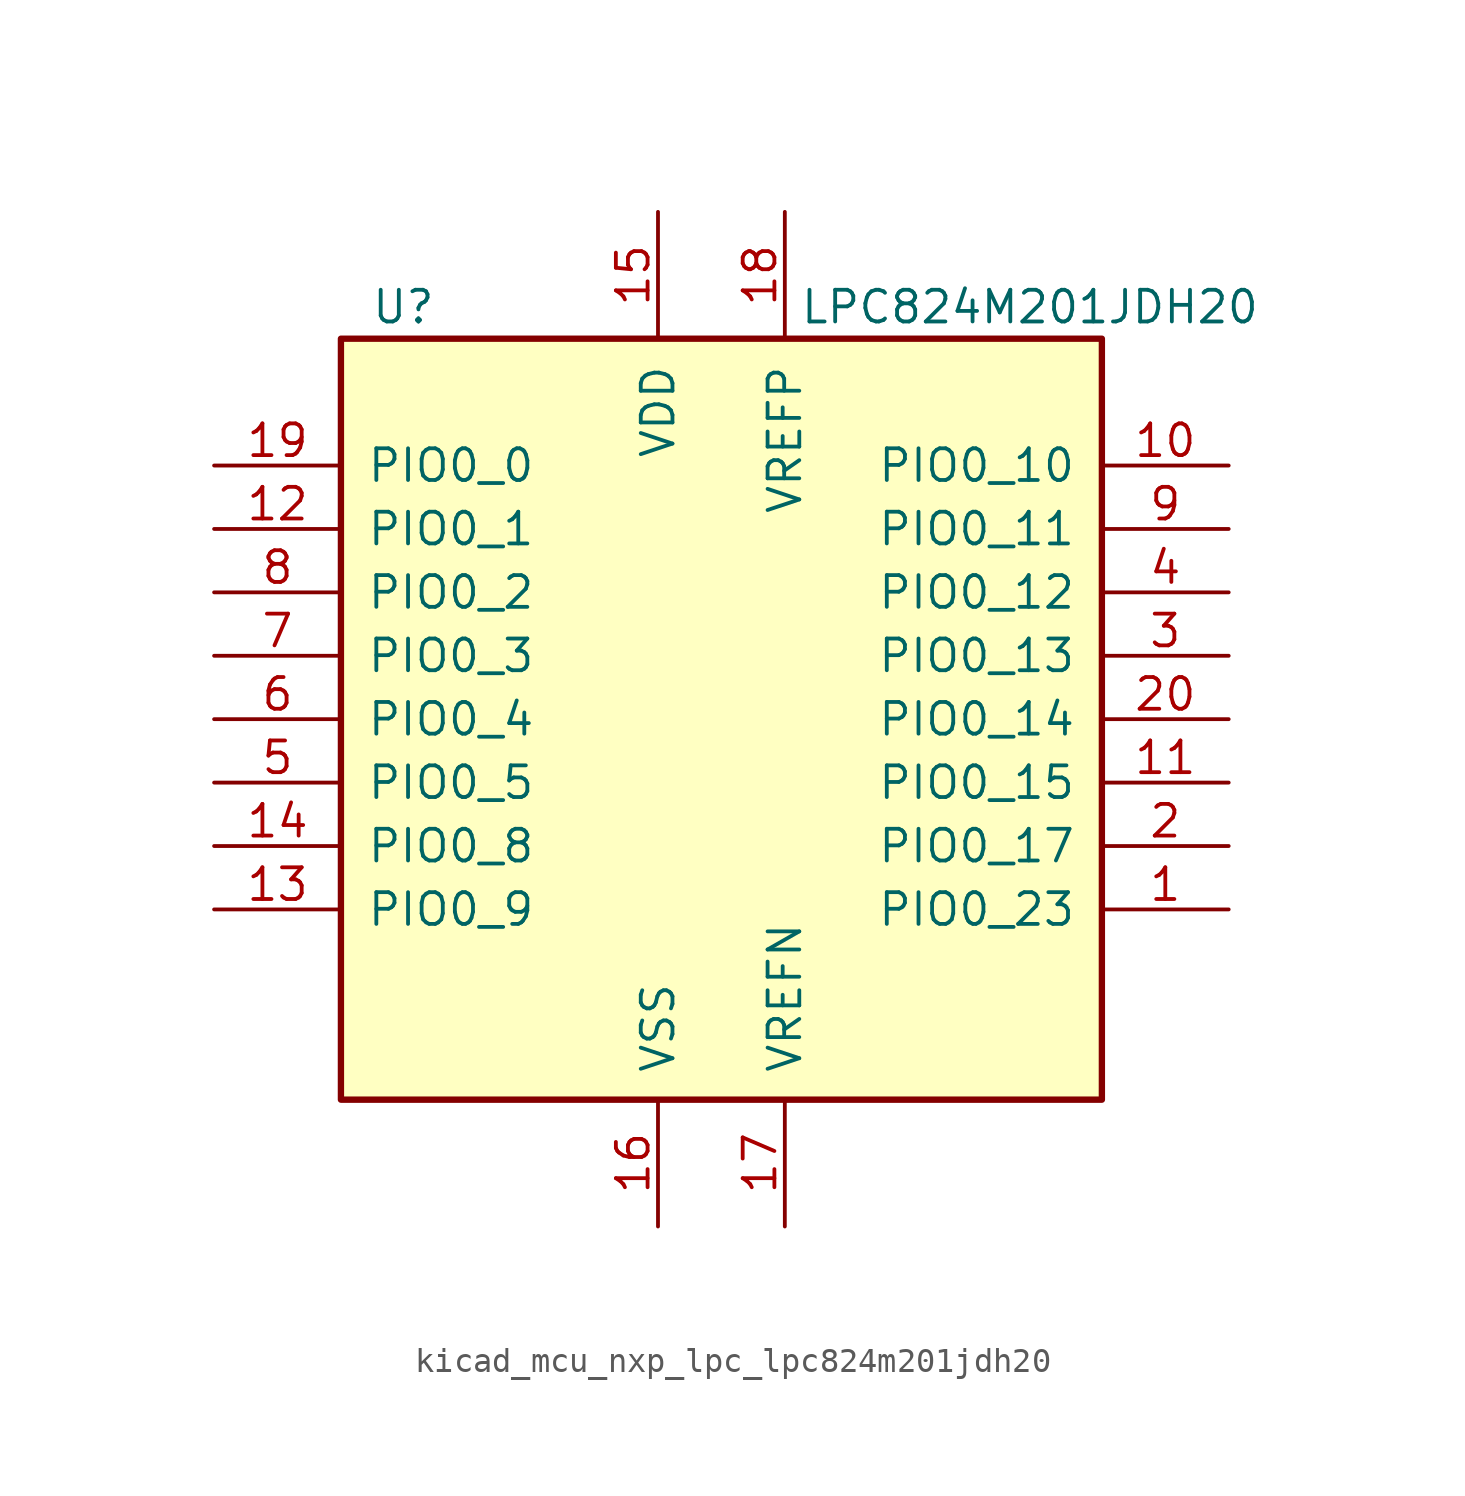
<source format=kicad_sym>
(kicad_symbol_lib
  (version 20220914)
  (generator kicad_symbol_editor)
  (symbol "kicad_mcu_nxp_lpc_lpc824m201jdh20"
    (pin_names
      (offset 1.016))
    (property "Reference" "U"
      (at -11.43 16.51 0)
      (effects (font (size 1.27 1.27)) (justify right)))
    (property "Value" "LPC824M201JDH20"
      (at 21.59 16.51 0)
      (effects (font (size 1.27 1.27)) (justify right)))
    (symbol "kicad_mcu_nxp_lpc_lpc824m201jdh20_0_1"
      (rectangle (start -15.24 15.24) (end 15.24 -15.24) (stroke (width 0.254) (type default)) (fill (type background))))
    (symbol "kicad_mcu_nxp_lpc_lpc824m201jdh20_1_1"
      (pin bidirectional line (at 20.32 -7.62 180) (length 5.08) (name "PIO0_23" (effects (font (size 1.27 1.27)))) (number "1" (effects (font (size 1.27 1.27)))))
      (pin bidirectional line (at 20.32 10.16 180) (length 5.08) (name "PIO0_10" (effects (font (size 1.27 1.27)))) (number "10" (effects (font (size 1.27 1.27)))))
      (pin bidirectional line (at 20.32 -2.54 180) (length 5.08) (name "PIO0_15" (effects (font (size 1.27 1.27)))) (number "11" (effects (font (size 1.27 1.27)))))
      (pin bidirectional line (at -20.32 7.62 0) (length 5.08) (name "PIO0_1" (effects (font (size 1.27 1.27)))) (number "12" (effects (font (size 1.27 1.27)))))
      (pin bidirectional line (at -20.32 -7.62 0) (length 5.08) (name "PIO0_9" (effects (font (size 1.27 1.27)))) (number "13" (effects (font (size 1.27 1.27)))))
      (pin bidirectional line (at -20.32 -5.08 0) (length 5.08) (name "PIO0_8" (effects (font (size 1.27 1.27)))) (number "14" (effects (font (size 1.27 1.27)))))
      (pin power_in line (at -2.54 20.32 270) (length 5.08) (name "VDD" (effects (font (size 1.27 1.27)))) (number "15" (effects (font (size 1.27 1.27)))))
      (pin power_in line (at -2.54 -20.32 90) (length 5.08) (name "VSS" (effects (font (size 1.27 1.27)))) (number "16" (effects (font (size 1.27 1.27)))))
      (pin power_in line (at 2.54 -20.32 90) (length 5.08) (name "VREFN" (effects (font (size 1.27 1.27)))) (number "17" (effects (font (size 1.27 1.27)))))
      (pin power_in line (at 2.54 20.32 270) (length 5.08) (name "VREFP" (effects (font (size 1.27 1.27)))) (number "18" (effects (font (size 1.27 1.27)))))
      (pin bidirectional line (at -20.32 10.16 0) (length 5.08) (name "PIO0_0" (effects (font (size 1.27 1.27)))) (number "19" (effects (font (size 1.27 1.27)))))
      (pin bidirectional line (at 20.32 -5.08 180) (length 5.08) (name "PIO0_17" (effects (font (size 1.27 1.27)))) (number "2" (effects (font (size 1.27 1.27)))))
      (pin bidirectional line (at 20.32 0 180) (length 5.08) (name "PIO0_14" (effects (font (size 1.27 1.27)))) (number "20" (effects (font (size 1.27 1.27)))))
      (pin bidirectional line (at 20.32 2.54 180) (length 5.08) (name "PIO0_13" (effects (font (size 1.27 1.27)))) (number "3" (effects (font (size 1.27 1.27)))))
      (pin bidirectional line (at 20.32 5.08 180) (length 5.08) (name "PIO0_12" (effects (font (size 1.27 1.27)))) (number "4" (effects (font (size 1.27 1.27)))))
      (pin bidirectional line (at -20.32 -2.54 0) (length 5.08) (name "PIO0_5" (effects (font (size 1.27 1.27)))) (number "5" (effects (font (size 1.27 1.27)))))
      (pin bidirectional line (at -20.32 0 0) (length 5.08) (name "PIO0_4" (effects (font (size 1.27 1.27)))) (number "6" (effects (font (size 1.27 1.27)))))
      (pin bidirectional line (at -20.32 2.54 0) (length 5.08) (name "PIO0_3" (effects (font (size 1.27 1.27)))) (number "7" (effects (font (size 1.27 1.27)))))
      (pin bidirectional line (at -20.32 5.08 0) (length 5.08) (name "PIO0_2" (effects (font (size 1.27 1.27)))) (number "8" (effects (font (size 1.27 1.27)))))
      (pin bidirectional line (at 20.32 7.62 180) (length 5.08) (name "PIO0_11" (effects (font (size 1.27 1.27)))) (number "9" (effects (font (size 1.27 1.27))))))))
</source>
